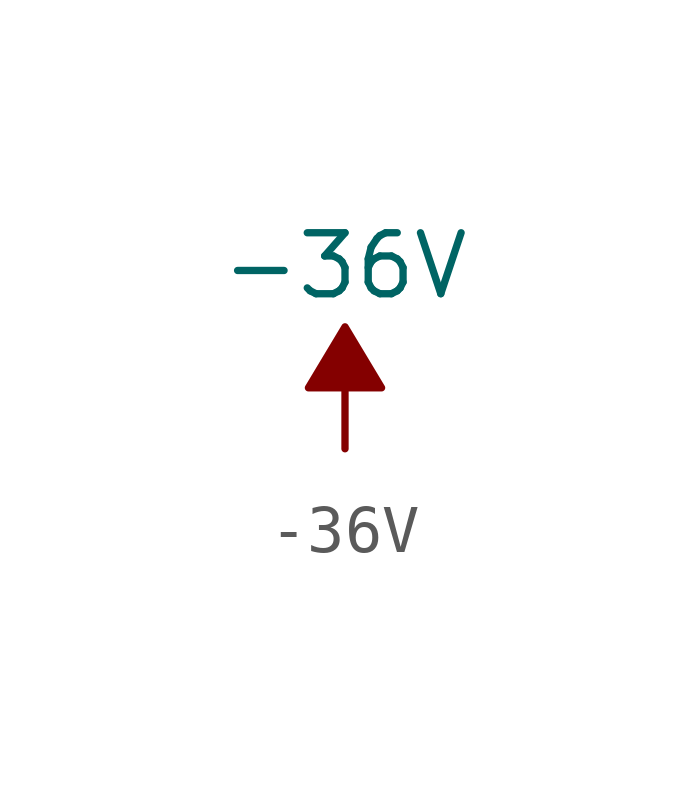
<source format=kicad_sym>
(kicad_symbol_lib
  (version 20211014)
  (generator kicad_symbol_editor)
  (symbol "-36V"
    (power)
    (pin_names
      (offset 0))
    (property "Reference" "#PWR"
      (at 0 2.54 0)
      (effects (font (size 1.27 1.27)) hide))
    (property "Value" "-36V"
      (at 0 3.81 0)
      (effects (font (size 1.27 1.27))))
    (symbol "-36V_0_0"
      (pin power_in line (at 0 0 90) (length 0) hide (name "-36V" (effects (font (size 1.27 1.27)))) (number "1" (effects (font (size 1.27 1.27))))))
    (symbol "-36V_0_1"
      (polyline (pts (xy 0 0) (xy 0 1.27) (xy 0.762 1.27) (xy 0 2.54) (xy -0.762 1.27) (xy 0 1.27)) (stroke (width 0) (type default) (color 0 0 0 0)) (fill (type outline))))))
</source>
